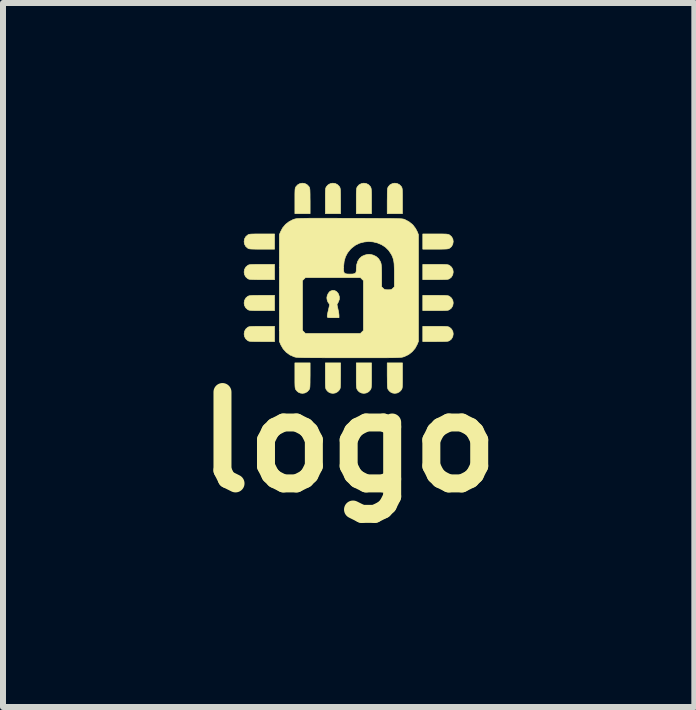
<source format=kicad_pcb>
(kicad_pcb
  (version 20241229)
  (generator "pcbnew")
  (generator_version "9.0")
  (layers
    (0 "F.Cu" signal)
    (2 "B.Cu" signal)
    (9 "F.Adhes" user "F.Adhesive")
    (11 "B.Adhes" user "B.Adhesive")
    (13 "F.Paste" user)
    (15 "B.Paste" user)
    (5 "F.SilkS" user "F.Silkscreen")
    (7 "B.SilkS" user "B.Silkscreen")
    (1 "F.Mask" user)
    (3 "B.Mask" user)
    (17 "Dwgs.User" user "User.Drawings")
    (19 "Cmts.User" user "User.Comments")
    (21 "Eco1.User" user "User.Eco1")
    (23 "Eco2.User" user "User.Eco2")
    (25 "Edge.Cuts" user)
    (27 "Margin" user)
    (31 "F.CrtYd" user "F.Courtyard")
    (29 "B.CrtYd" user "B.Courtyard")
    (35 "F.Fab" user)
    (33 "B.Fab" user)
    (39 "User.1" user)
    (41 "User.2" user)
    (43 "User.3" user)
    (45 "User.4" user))
  (footprint "logo"
    (layer "F.Cu")
    (at 2.765 1.783)
    (property "Reference" "logo" (at 0 2.54 0) (layer "F.SilkS") (effects (font (size 1.524 1.524) (thickness 0.3))))
    (attr through_hole)
    (fp_poly (pts (xy -1.236 -0.677) (xy -1.446 -0.677) (xy -1.511 -0.677) (xy -1.562 -0.678) (xy -1.6 -0.679) (xy -1.629 -0.68) (xy -1.649 -0.682) (xy -1.663 -0.685) (xy -1.674 -0.689) (xy -1.683 -0.694) (xy -1.717 -0.724) (xy -1.738 -0.764) (xy -1.744 -0.804) (xy -1.736 -0.85) (xy -1.714 -0.888) (xy -1.683 -0.914) (xy -1.673 -0.92) (xy -1.662 -0.924) (xy -1.647 -0.927) (xy -1.626 -0.929) (xy -1.597 -0.93) (xy -1.558 -0.931) (xy -1.506 -0.931) (xy -1.446 -0.931) (xy -1.236 -0.931) (xy -1.236 -0.677)) (stroke (width 0.01) (type solid)) (fill yes) (layer "F.SilkS"))
    (fp_poly (pts (xy -1.236 -0.169) (xy -1.446 -0.169) (xy -1.511 -0.169) (xy -1.562 -0.17) (xy -1.6 -0.171) (xy -1.629 -0.172) (xy -1.649 -0.174) (xy -1.663 -0.177) (xy -1.674 -0.181) (xy -1.683 -0.186) (xy -1.717 -0.216) (xy -1.738 -0.256) (xy -1.744 -0.296) (xy -1.736 -0.342) (xy -1.714 -0.38) (xy -1.683 -0.406) (xy -1.673 -0.412) (xy -1.662 -0.416) (xy -1.647 -0.419) (xy -1.626 -0.421) (xy -1.597 -0.422) (xy -1.558 -0.423) (xy -1.506 -0.423) (xy -1.446 -0.423) (xy -1.236 -0.423) (xy -1.236 -0.169)) (stroke (width 0.01) (type solid)) (fill yes) (layer "F.SilkS"))
    (fp_poly (pts (xy -1.236 0.347) (xy -1.446 0.347) (xy -1.511 0.347) (xy -1.562 0.347) (xy -1.6 0.346) (xy -1.629 0.344) (xy -1.649 0.342) (xy -1.663 0.339) (xy -1.674 0.335) (xy -1.683 0.33) (xy -1.717 0.3) (xy -1.738 0.26) (xy -1.744 0.22) (xy -1.736 0.175) (xy -1.714 0.136) (xy -1.683 0.11) (xy -1.673 0.105) (xy -1.662 0.101) (xy -1.647 0.098) (xy -1.626 0.096) (xy -1.597 0.094) (xy -1.558 0.094) (xy -1.506 0.093) (xy -1.446 0.093) (xy -1.236 0.093) (xy -1.236 0.347)) (stroke (width 0.01) (type solid)) (fill yes) (layer "F.SilkS"))
    (fp_poly (pts (xy -1.236 0.864) (xy -1.446 0.864) (xy -1.511 0.863) (xy -1.562 0.863) (xy -1.6 0.862) (xy -1.629 0.861) (xy -1.649 0.859) (xy -1.663 0.856) (xy -1.674 0.852) (xy -1.683 0.847) (xy -1.717 0.817) (xy -1.738 0.777) (xy -1.744 0.737) (xy -1.736 0.691) (xy -1.714 0.653) (xy -1.683 0.626) (xy -1.673 0.621) (xy -1.662 0.617) (xy -1.647 0.614) (xy -1.626 0.612) (xy -1.597 0.611) (xy -1.558 0.61) (xy -1.506 0.61) (xy -1.446 0.61) (xy -1.236 0.61) (xy -1.236 0.864)) (stroke (width 0.01) (type solid)) (fill yes) (layer "F.SilkS"))
    (fp_poly (pts (xy 1.446 -0.931) (xy 1.511 -0.931) (xy 1.562 -0.931) (xy 1.6 -0.93) (xy 1.629 -0.929) (xy 1.649 -0.926) (xy 1.663 -0.923) (xy 1.674 -0.919) (xy 1.683 -0.914) (xy 1.717 -0.884) (xy 1.738 -0.845) (xy 1.744 -0.804) (xy 1.736 -0.759) (xy 1.714 -0.72) (xy 1.683 -0.694) (xy 1.673 -0.689) (xy 1.662 -0.685) (xy 1.647 -0.682) (xy 1.626 -0.68) (xy 1.597 -0.679) (xy 1.558 -0.678) (xy 1.506 -0.677) (xy 1.446 -0.677) (xy 1.236 -0.677) (xy 1.236 -0.931) (xy 1.446 -0.931)) (stroke (width 0.01) (type solid)) (fill yes) (layer "F.SilkS"))
    (fp_poly (pts (xy 1.446 -0.423) (xy 1.511 -0.423) (xy 1.562 -0.423) (xy 1.6 -0.422) (xy 1.629 -0.421) (xy 1.649 -0.418) (xy 1.663 -0.415) (xy 1.674 -0.411) (xy 1.683 -0.406) (xy 1.717 -0.376) (xy 1.738 -0.337) (xy 1.744 -0.296) (xy 1.736 -0.251) (xy 1.714 -0.212) (xy 1.683 -0.186) (xy 1.673 -0.181) (xy 1.662 -0.177) (xy 1.647 -0.174) (xy 1.626 -0.172) (xy 1.597 -0.171) (xy 1.558 -0.17) (xy 1.506 -0.169) (xy 1.446 -0.169) (xy 1.236 -0.169) (xy 1.236 -0.423) (xy 1.446 -0.423)) (stroke (width 0.01) (type solid)) (fill yes) (layer "F.SilkS"))
    (fp_poly (pts (xy 1.446 0.093) (xy 1.511 0.093) (xy 1.562 0.094) (xy 1.6 0.094) (xy 1.629 0.096) (xy 1.649 0.098) (xy 1.663 0.101) (xy 1.674 0.105) (xy 1.683 0.11) (xy 1.717 0.14) (xy 1.738 0.18) (xy 1.744 0.22) (xy 1.736 0.266) (xy 1.714 0.304) (xy 1.683 0.33) (xy 1.673 0.335) (xy 1.662 0.34) (xy 1.647 0.343) (xy 1.626 0.345) (xy 1.597 0.346) (xy 1.558 0.347) (xy 1.506 0.347) (xy 1.446 0.347) (xy 1.236 0.347) (xy 1.236 0.093) (xy 1.446 0.093)) (stroke (width 0.01) (type solid)) (fill yes) (layer "F.SilkS"))
    (fp_poly (pts (xy 1.446 0.61) (xy 1.511 0.61) (xy 1.562 0.61) (xy 1.6 0.611) (xy 1.629 0.612) (xy 1.649 0.614) (xy 1.663 0.618) (xy 1.674 0.622) (xy 1.683 0.626) (xy 1.717 0.657) (xy 1.738 0.696) (xy 1.744 0.737) (xy 1.736 0.782) (xy 1.714 0.821) (xy 1.683 0.847) (xy 1.673 0.852) (xy 1.662 0.856) (xy 1.647 0.859) (xy 1.626 0.861) (xy 1.597 0.862) (xy 1.558 0.863) (xy 1.506 0.863) (xy 1.446 0.864) (xy 1.236 0.864) (xy 1.236 0.61) (xy 1.446 0.61)) (stroke (width 0.01) (type solid)) (fill yes) (layer "F.SilkS"))
    (fp_poly (pts (xy -0.733 -1.773) (xy -0.696 -1.755) (xy -0.665 -1.724) (xy -0.66 -1.717) (xy -0.655 -1.707) (xy -0.651 -1.696) (xy -0.648 -1.681) (xy -0.646 -1.66) (xy -0.645 -1.631) (xy -0.644 -1.592) (xy -0.644 -1.54) (xy -0.643 -1.48) (xy -0.643 -1.27) (xy -0.897 -1.27) (xy -0.897 -1.48) (xy -0.897 -1.545) (xy -0.897 -1.596) (xy -0.896 -1.634) (xy -0.895 -1.662) (xy -0.893 -1.683) (xy -0.89 -1.697) (xy -0.885 -1.708) (xy -0.881 -1.717) (xy -0.851 -1.75) (xy -0.815 -1.77) (xy -0.774 -1.778) (xy -0.733 -1.773)) (stroke (width 0.01) (type solid)) (fill yes) (layer "F.SilkS"))
    (fp_poly (pts (xy -0.225 -1.773) (xy -0.188 -1.755) (xy -0.157 -1.724) (xy -0.152 -1.717) (xy -0.147 -1.707) (xy -0.143 -1.696) (xy -0.14 -1.681) (xy -0.138 -1.66) (xy -0.137 -1.631) (xy -0.136 -1.592) (xy -0.136 -1.54) (xy -0.135 -1.48) (xy -0.135 -1.27) (xy -0.389 -1.27) (xy -0.389 -1.48) (xy -0.389 -1.545) (xy -0.389 -1.596) (xy -0.388 -1.634) (xy -0.387 -1.662) (xy -0.385 -1.683) (xy -0.382 -1.697) (xy -0.377 -1.708) (xy -0.373 -1.717) (xy -0.343 -1.75) (xy -0.307 -1.77) (xy -0.266 -1.778) (xy -0.225 -1.773)) (stroke (width 0.01) (type solid)) (fill yes) (layer "F.SilkS"))
    (fp_poly (pts (xy 0.291 -1.773) (xy 0.329 -1.755) (xy 0.359 -1.724) (xy 0.364 -1.717) (xy 0.369 -1.707) (xy 0.373 -1.696) (xy 0.376 -1.681) (xy 0.378 -1.66) (xy 0.38 -1.631) (xy 0.381 -1.592) (xy 0.381 -1.54) (xy 0.381 -1.48) (xy 0.381 -1.27) (xy 0.127 -1.27) (xy 0.127 -1.48) (xy 0.127 -1.545) (xy 0.127 -1.596) (xy 0.128 -1.634) (xy 0.13 -1.662) (xy 0.132 -1.683) (xy 0.135 -1.697) (xy 0.139 -1.708) (xy 0.144 -1.717) (xy 0.173 -1.75) (xy 0.21 -1.77) (xy 0.25 -1.778) (xy 0.291 -1.773)) (stroke (width 0.01) (type solid)) (fill yes) (layer "F.SilkS"))
    (fp_poly (pts (xy 0.807 -1.773) (xy 0.845 -1.755) (xy 0.876 -1.724) (xy 0.881 -1.717) (xy 0.886 -1.707) (xy 0.89 -1.696) (xy 0.893 -1.681) (xy 0.895 -1.66) (xy 0.896 -1.631) (xy 0.897 -1.592) (xy 0.897 -1.54) (xy 0.897 -1.48) (xy 0.897 -1.27) (xy 0.643 -1.27) (xy 0.643 -1.48) (xy 0.644 -1.545) (xy 0.644 -1.596) (xy 0.645 -1.634) (xy 0.646 -1.662) (xy 0.648 -1.683) (xy 0.651 -1.697) (xy 0.656 -1.708) (xy 0.66 -1.717) (xy 0.689 -1.75) (xy 0.726 -1.77) (xy 0.767 -1.778) (xy 0.807 -1.773)) (stroke (width 0.01) (type solid)) (fill yes) (layer "F.SilkS"))
    (fp_poly (pts (xy -0.643 1.429) (xy -0.644 1.494) (xy -0.644 1.545) (xy -0.645 1.583) (xy -0.646 1.612) (xy -0.648 1.632) (xy -0.651 1.646) (xy -0.656 1.657) (xy -0.66 1.666) (xy -0.691 1.7) (xy -0.73 1.721) (xy -0.77 1.727) (xy -0.808 1.722) (xy -0.836 1.71) (xy -0.86 1.691) (xy -0.88 1.667) (xy -0.881 1.666) (xy -0.886 1.656) (xy -0.89 1.645) (xy -0.893 1.63) (xy -0.895 1.609) (xy -0.896 1.581) (xy -0.897 1.541) (xy -0.897 1.489) (xy -0.897 1.429) (xy -0.897 1.219) (xy -0.643 1.219) (xy -0.643 1.429)) (stroke (width 0.01) (type solid)) (fill yes) (layer "F.SilkS"))
    (fp_poly (pts (xy -0.135 1.429) (xy -0.136 1.494) (xy -0.136 1.545) (xy -0.137 1.583) (xy -0.138 1.612) (xy -0.14 1.632) (xy -0.143 1.646) (xy -0.148 1.657) (xy -0.152 1.666) (xy -0.183 1.7) (xy -0.222 1.721) (xy -0.262 1.727) (xy -0.3 1.722) (xy -0.328 1.71) (xy -0.352 1.691) (xy -0.372 1.667) (xy -0.373 1.666) (xy -0.378 1.656) (xy -0.382 1.645) (xy -0.385 1.63) (xy -0.387 1.609) (xy -0.388 1.581) (xy -0.389 1.541) (xy -0.389 1.489) (xy -0.389 1.429) (xy -0.389 1.219) (xy -0.135 1.219) (xy -0.135 1.429)) (stroke (width 0.01) (type solid)) (fill yes) (layer "F.SilkS"))
    (fp_poly (pts (xy 0.381 1.429) (xy 0.381 1.494) (xy 0.381 1.545) (xy 0.38 1.583) (xy 0.378 1.612) (xy 0.376 1.632) (xy 0.373 1.646) (xy 0.369 1.657) (xy 0.364 1.666) (xy 0.334 1.7) (xy 0.294 1.721) (xy 0.254 1.727) (xy 0.216 1.722) (xy 0.188 1.71) (xy 0.164 1.691) (xy 0.144 1.667) (xy 0.144 1.666) (xy 0.139 1.656) (xy 0.135 1.645) (xy 0.132 1.63) (xy 0.13 1.609) (xy 0.128 1.581) (xy 0.127 1.541) (xy 0.127 1.489) (xy 0.127 1.429) (xy 0.127 1.219) (xy 0.381 1.219) (xy 0.381 1.429)) (stroke (width 0.01) (type solid)) (fill yes) (layer "F.SilkS"))
    (fp_poly (pts (xy 0.897 1.429) (xy 0.897 1.494) (xy 0.897 1.545) (xy 0.896 1.583) (xy 0.895 1.612) (xy 0.893 1.632) (xy 0.89 1.646) (xy 0.885 1.657) (xy 0.881 1.666) (xy 0.85 1.7) (xy 0.811 1.721) (xy 0.77 1.727) (xy 0.733 1.722) (xy 0.705 1.71) (xy 0.681 1.691) (xy 0.661 1.667) (xy 0.66 1.666) (xy 0.655 1.656) (xy 0.651 1.645) (xy 0.648 1.63) (xy 0.646 1.609) (xy 0.645 1.581) (xy 0.644 1.541) (xy 0.644 1.489) (xy 0.643 1.429) (xy 0.643 1.219) (xy 0.897 1.219) (xy 0.897 1.429)) (stroke (width 0.01) (type solid)) (fill yes) (layer "F.SilkS"))
    (fp_poly (pts (xy -0.233 0.013) (xy -0.201 0.031) (xy -0.175 0.062) (xy -0.169 0.072) (xy -0.155 0.117) (xy -0.156 0.161) (xy -0.173 0.206) (xy -0.174 0.207) (xy -0.195 0.246) (xy -0.178 0.324) (xy -0.17 0.362) (xy -0.164 0.398) (xy -0.161 0.426) (xy -0.161 0.434) (xy -0.161 0.466) (xy -0.258 0.466) (xy -0.299 0.466) (xy -0.327 0.465) (xy -0.344 0.463) (xy -0.352 0.459) (xy -0.356 0.452) (xy -0.357 0.447) (xy -0.357 0.431) (xy -0.352 0.403) (xy -0.345 0.367) (xy -0.337 0.335) (xy -0.328 0.295) (xy -0.322 0.267) (xy -0.32 0.25) (xy -0.322 0.239) (xy -0.326 0.231) (xy -0.328 0.23) (xy -0.346 0.204) (xy -0.359 0.169) (xy -0.364 0.135) (xy -0.364 0.134) (xy -0.358 0.1) (xy -0.343 0.065) (xy -0.322 0.036) (xy -0.306 0.023) (xy -0.269 0.01) (xy -0.233 0.013)) (stroke (width 0.01) (type solid)) (fill yes) (layer "F.SilkS"))
    (fp_poly (pts (xy -0.332 -1.193) (xy -0.218 -1.193) (xy -0.09 -1.192) (xy 0.025 -1.192) (xy 0.166 -1.192) (xy 0.29 -1.191) (xy 0.399 -1.191) (xy 0.495 -1.19) (xy 0.577 -1.19) (xy 0.648 -1.19) (xy 0.708 -1.189) (xy 0.758 -1.188) (xy 0.799 -1.187) (xy 0.833 -1.186) (xy 0.86 -1.185) (xy 0.881 -1.184) (xy 0.897 -1.182) (xy 0.909 -1.18) (xy 0.919 -1.178) (xy 0.927 -1.176) (xy 0.934 -1.173) (xy 0.936 -1.172) (xy 1.007 -1.134) (xy 1.068 -1.085) (xy 1.115 -1.024) (xy 1.145 -0.967) (xy 1.164 -0.919) (xy 1.164 0.859) (xy 1.144 0.909) (xy 1.108 0.976) (xy 1.059 1.033) (xy 1 1.08) (xy 0.931 1.113) (xy 0.917 1.118) (xy 0.908 1.12) (xy 0.898 1.123) (xy 0.887 1.125) (xy 0.873 1.127) (xy 0.856 1.128) (xy 0.834 1.13) (xy 0.807 1.131) (xy 0.773 1.132) (xy 0.732 1.133) (xy 0.682 1.133) (xy 0.622 1.134) (xy 0.552 1.134) (xy 0.469 1.134) (xy 0.374 1.134) (xy 0.265 1.134) (xy 0.142 1.134) (xy 0.002 1.134) (xy 0.001 1.134) (xy -0.139 1.134) (xy -0.263 1.134) (xy -0.372 1.134) (xy -0.468 1.133) (xy -0.55 1.133) (xy -0.621 1.133) (xy -0.681 1.132) (xy -0.731 1.132) (xy -0.772 1.131) (xy -0.806 1.13) (xy -0.833 1.129) (xy -0.855 1.127) (xy -0.872 1.126) (xy -0.885 1.124) (xy -0.895 1.122) (xy -0.904 1.119) (xy -0.909 1.118) (xy -0.979 1.087) (xy -1.041 1.042) (xy -1.092 0.986) (xy -1.13 0.921) (xy -1.136 0.908) (xy -1.156 0.859) (xy -1.156 -0.154) (xy -0.77 -0.154) (xy -0.77 0.679) (xy -0.746 0.703) (xy -0.721 0.728) (xy 0.196 0.728) (xy 0.221 0.703) (xy 0.246 0.679) (xy 0.246 -0.154) (xy 0.221 -0.178) (xy 0.196 -0.203) (xy -0.721 -0.203) (xy -0.746 -0.178) (xy -0.77 -0.154) (xy -1.156 -0.154) (xy -1.156 -0.369) (xy -0.085 -0.369) (xy -0.084 -0.325) (xy -0.08 -0.295) (xy -0.069 -0.277) (xy -0.05 -0.267) (xy -0.02 -0.263) (xy 0.02 -0.262) (xy 0.064 -0.263) (xy 0.094 -0.268) (xy 0.113 -0.278) (xy 0.123 -0.295) (xy 0.127 -0.322) (xy 0.127 -0.347) (xy 0.133 -0.416) (xy 0.151 -0.475) (xy 0.181 -0.522) (xy 0.222 -0.558) (xy 0.27 -0.579) (xy 0.31 -0.589) (xy 0.342 -0.592) (xy 0.376 -0.587) (xy 0.407 -0.579) (xy 0.457 -0.556) (xy 0.499 -0.519) (xy 0.528 -0.472) (xy 0.537 -0.449) (xy 0.542 -0.428) (xy 0.545 -0.403) (xy 0.548 -0.369) (xy 0.549 -0.325) (xy 0.55 -0.269) (xy 0.55 -0.226) (xy 0.55 -0.049) (xy 0.575 -0.025) (xy 0.59 -0.011) (xy 0.606 -0.004) (xy 0.627 -0.001) (xy 0.656 0) (xy 0.688 -0.001) (xy 0.708 -0.004) (xy 0.723 -0.012) (xy 0.737 -0.025) (xy 0.762 -0.049) (xy 0.762 -0.247) (xy 0.762 -0.322) (xy 0.76 -0.383) (xy 0.758 -0.432) (xy 0.753 -0.472) (xy 0.746 -0.505) (xy 0.737 -0.535) (xy 0.725 -0.565) (xy 0.71 -0.594) (xy 0.667 -0.658) (xy 0.613 -0.711) (xy 0.55 -0.752) (xy 0.481 -0.781) (xy 0.408 -0.799) (xy 0.332 -0.805) (xy 0.257 -0.797) (xy 0.183 -0.778) (xy 0.114 -0.745) (xy 0.052 -0.698) (xy 0.031 -0.678) (xy -0.019 -0.616) (xy -0.054 -0.549) (xy -0.075 -0.475) (xy -0.084 -0.391) (xy -0.085 -0.369) (xy -1.156 -0.369) (xy -1.156 -0.919) (xy -1.136 -0.967) (xy -1.101 -1.033) (xy -1.052 -1.091) (xy -0.993 -1.137) (xy -0.927 -1.171) (xy -0.896 -1.181) (xy -0.886 -1.183) (xy -0.874 -1.185) (xy -0.86 -1.187) (xy -0.841 -1.188) (xy -0.818 -1.189) (xy -0.789 -1.191) (xy -0.752 -1.191) (xy -0.708 -1.192) (xy -0.655 -1.193) (xy -0.592 -1.193) (xy -0.517 -1.193) (xy -0.431 -1.193) (xy -0.332 -1.193)) (stroke (width 0.01) (type solid)) (fill yes) (layer "F.SilkS")))
  (gr_rect
    (start -3 -3)
    (end 8.53 8.741)
    (stroke (width 0.1) (type default))
    (fill no)
    (layer "Edge.Cuts")))
</source>
